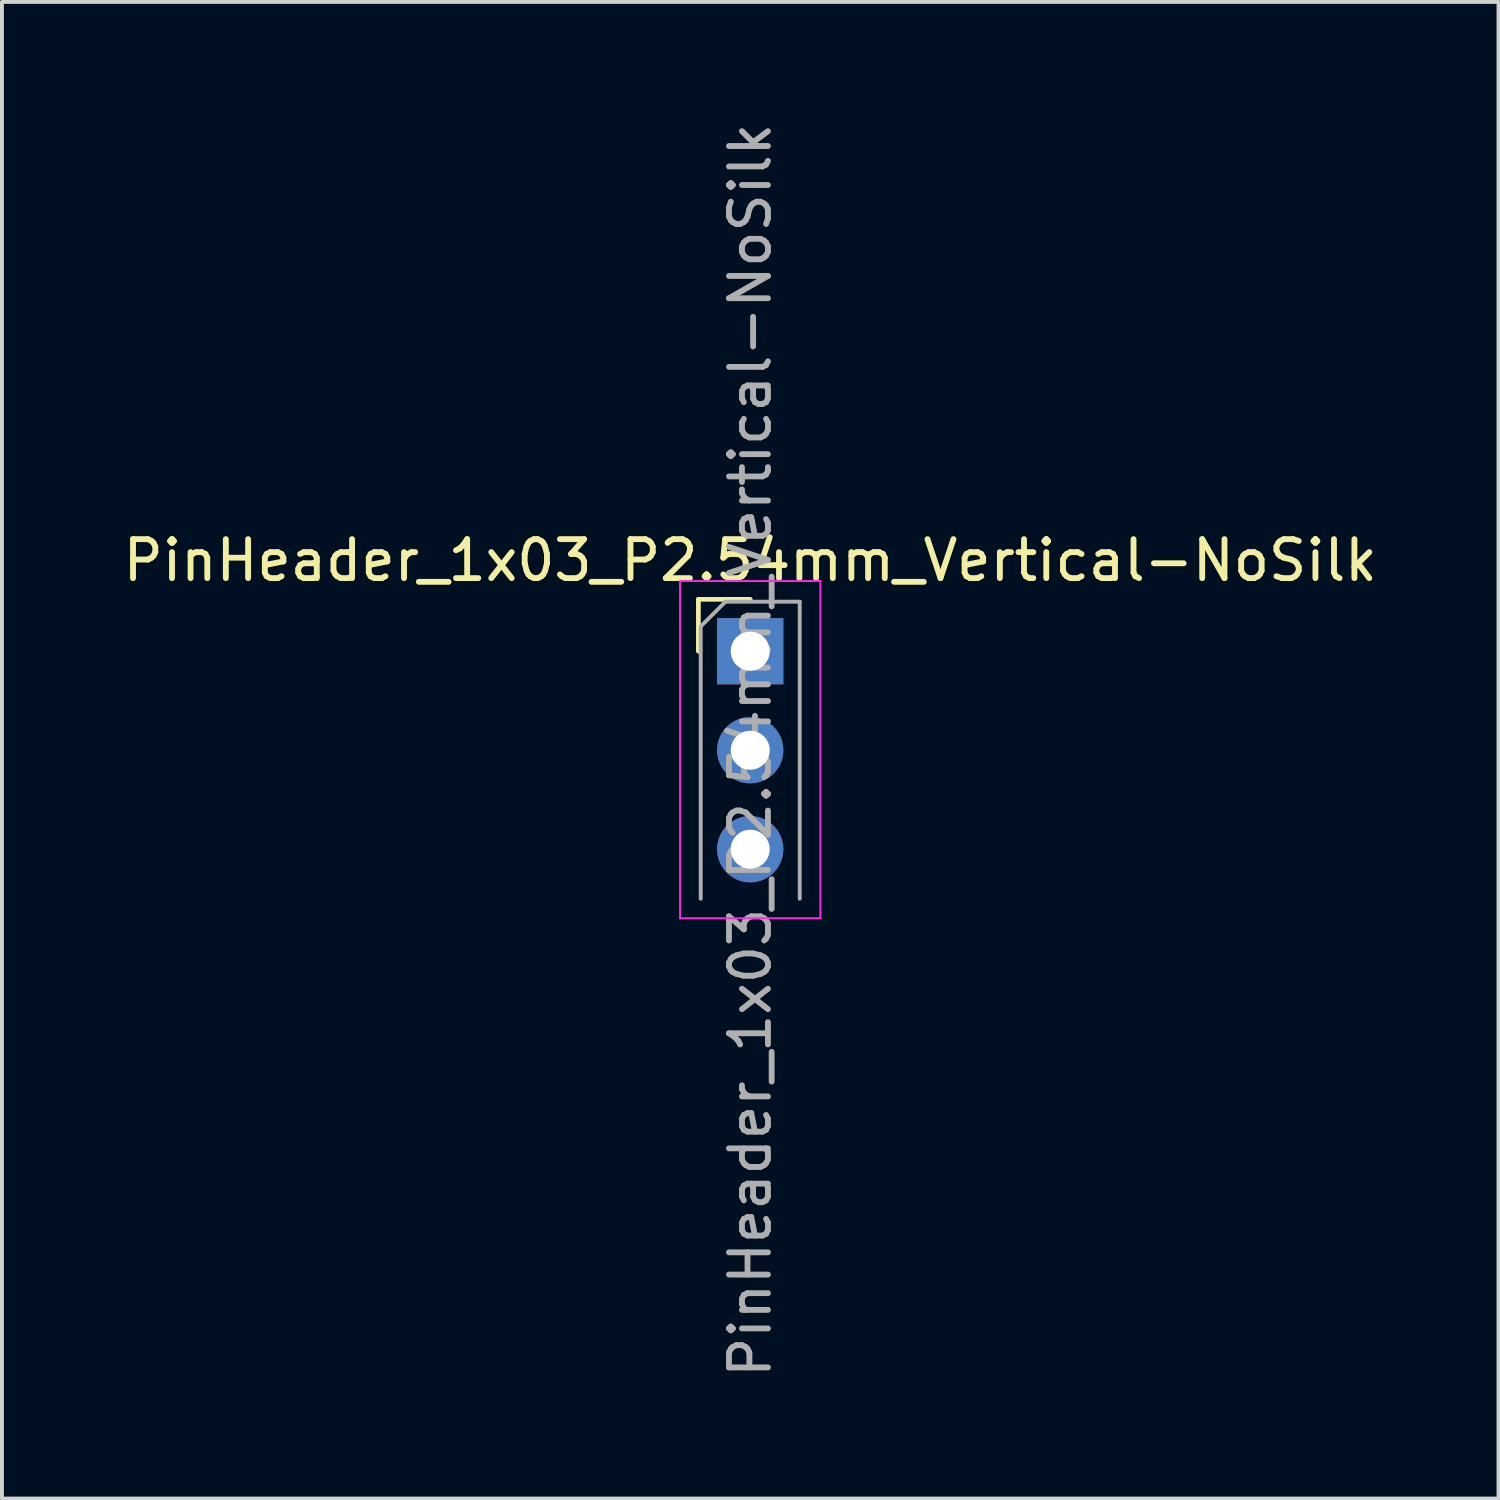
<source format=kicad_pcb>
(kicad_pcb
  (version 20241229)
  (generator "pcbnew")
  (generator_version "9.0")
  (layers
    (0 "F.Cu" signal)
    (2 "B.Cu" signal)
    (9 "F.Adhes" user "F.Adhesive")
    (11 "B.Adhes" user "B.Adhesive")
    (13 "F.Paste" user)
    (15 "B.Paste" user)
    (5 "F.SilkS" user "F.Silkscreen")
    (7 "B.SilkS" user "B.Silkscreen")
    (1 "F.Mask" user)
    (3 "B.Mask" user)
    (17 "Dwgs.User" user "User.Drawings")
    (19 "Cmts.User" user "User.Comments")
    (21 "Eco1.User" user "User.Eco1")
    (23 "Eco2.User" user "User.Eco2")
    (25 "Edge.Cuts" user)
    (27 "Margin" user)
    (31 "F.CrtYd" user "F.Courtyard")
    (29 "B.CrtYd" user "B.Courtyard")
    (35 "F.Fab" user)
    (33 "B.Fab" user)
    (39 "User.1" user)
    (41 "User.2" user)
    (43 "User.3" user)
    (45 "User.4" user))
  (footprint "PinHeader_1x03_P2.54mm_Vertical-NoSilk"
    (layer "F.Cu")
    (at 16.196 13.656)
    (property "Reference" "PinHeader_1x03_P2.54mm_Vertical-NoSilk" (at 0 -2.33 0) (layer "F.SilkS") (effects (font (size 1 1) (thickness 0.15))))
    (attr through_hole)
    (fp_line (start -1.33 -1.33) (end 0 -1.33) (stroke (width 0.12) (type solid)) (layer "F.SilkS"))
    (fp_line (start -1.33 0) (end -1.33 -1.33) (stroke (width 0.12) (type solid)) (layer "F.SilkS"))
    (fp_line (start -1.8 -1.8) (end -1.8 6.85) (stroke (width 0.05) (type solid)) (layer "F.CrtYd"))
    (fp_line (start -1.8 6.85) (end 1.8 6.85) (stroke (width 0.05) (type solid)) (layer "F.CrtYd"))
    (fp_line (start 1.8 -1.8) (end -1.8 -1.8) (stroke (width 0.05) (type solid)) (layer "F.CrtYd"))
    (fp_line (start 1.8 6.85) (end 1.8 -1.8) (stroke (width 0.05) (type solid)) (layer "F.CrtYd"))
    (fp_line (start -1.27 -0.635) (end -0.635 -1.27) (stroke (width 0.1) (type solid)) (layer "F.Fab"))
    (fp_line (start -1.27 6.35) (end -1.27 -0.635) (stroke (width 0.1) (type solid)) (layer "F.Fab"))
    (fp_line (start -0.635 -1.27) (end 1.27 -1.27) (stroke (width 0.1) (type solid)) (layer "F.Fab"))
    (fp_line (start 1.27 -1.27) (end 1.27 6.35) (stroke (width 0.1) (type solid)) (layer "F.Fab"))
    (fp_text user "${REFERENCE}" (at 0 2.54 270) (layer "F.Fab") (effects (font (size 1 1) (thickness 0.15))))
    (pad "1" thru_hole rect (at 0 0) (size 1.7 1.7) (drill 1) (layers "*.Cu" "*.Mask"))
    (pad "2" thru_hole oval (at 0 2.54) (size 1.7 1.7) (drill 1) (layers "*.Cu" "*.Mask"))
    (pad "3" thru_hole oval (at 0 5.08) (size 1.7 1.7) (drill 1) (layers "*.Cu" "*.Mask")))
  (gr_rect
    (start -3 -3)
    (end 35.393 35.393)
    (stroke (width 0.1) (type default))
    (fill no)
    (layer "Edge.Cuts")))
</source>
